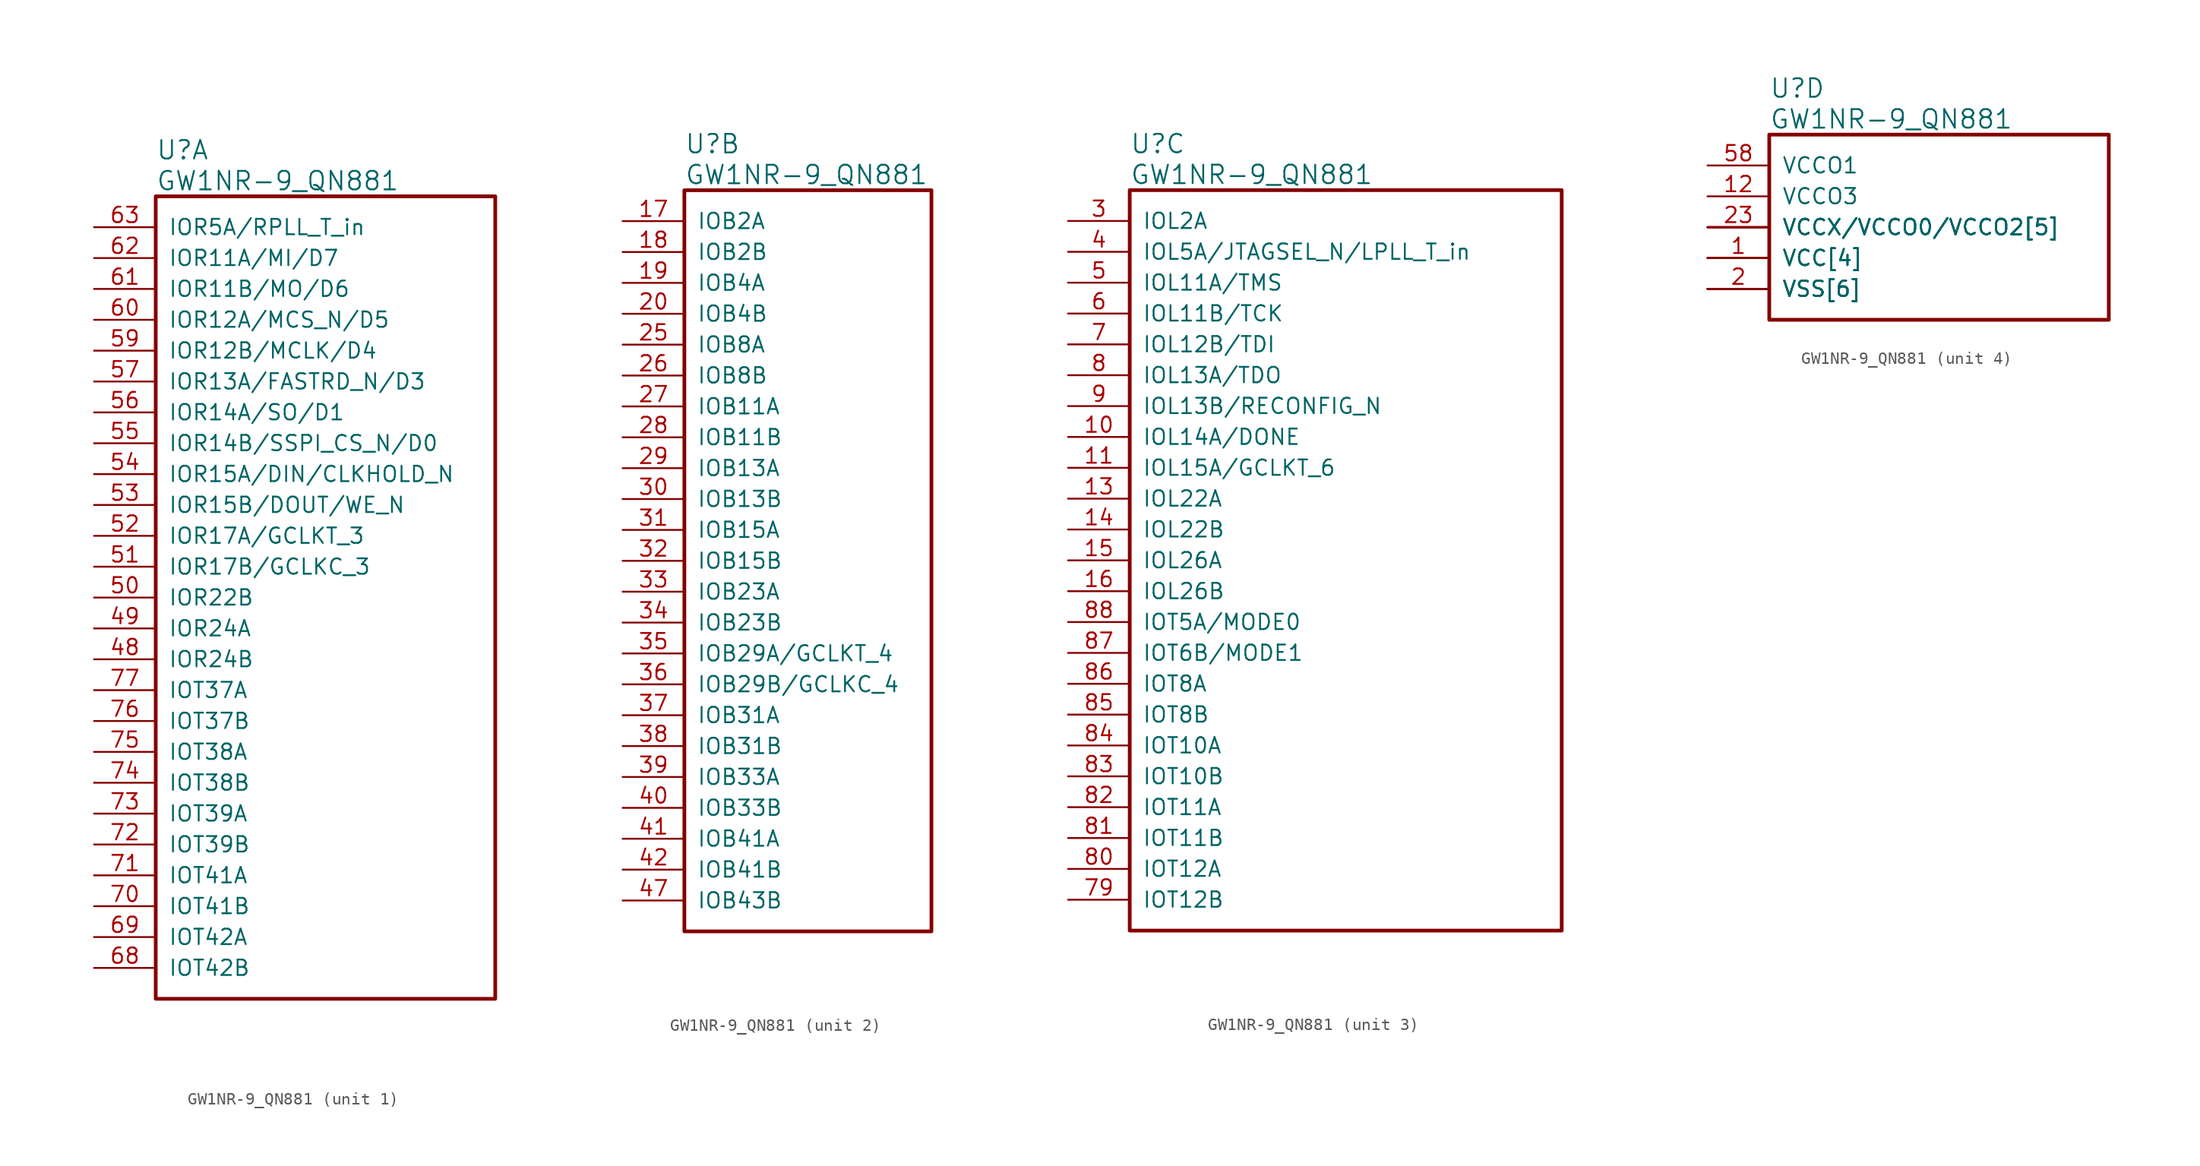
<source format=kicad_sym>
(kicad_symbol_lib
  (version 20220914)
  (generator kicad_symbol_editor)
  (symbol "GW1NR-9_QN881"
    (pin_names
      (offset 1.016))
    (property "Reference" "U"
      (at 5.08 6.35 0)
      (effects (font (size 1.524 1.524)) (justify left)))
    (property "Value" "GW1NR-9_QN881"
      (at 5.08 3.81 0)
      (effects (font (size 1.524 1.524)) (justify left)))
    (property "ki_locked" ""
      (at 0 0 0)
      (effects (font (size 1.27 1.27))))
    (symbol "GW1NR-9_QN881_1_1"
      (rectangle (start 5.08 2.54) (end 33.02 -63.5) (stroke (width 0.305) (type solid)) (fill (type none)))
      (pin bidirectional line (at 0 -35.56 0) (length 5.08) (name "IOR24B" (effects (font (size 1.27 1.27)))) (number "48" (effects (font (size 1.27 1.27)))))
      (pin bidirectional line (at 0 -33.02 0) (length 5.08) (name "IOR24A" (effects (font (size 1.27 1.27)))) (number "49" (effects (font (size 1.27 1.27)))))
      (pin bidirectional line (at 0 -30.48 0) (length 5.08) (name "IOR22B" (effects (font (size 1.27 1.27)))) (number "50" (effects (font (size 1.27 1.27)))))
      (pin bidirectional line (at 0 -27.94 0) (length 5.08) (name "IOR17B/GCLKC_3" (effects (font (size 1.27 1.27)))) (number "51" (effects (font (size 1.27 1.27)))))
      (pin bidirectional line (at 0 -25.4 0) (length 5.08) (name "IOR17A/GCLKT_3" (effects (font (size 1.27 1.27)))) (number "52" (effects (font (size 1.27 1.27)))))
      (pin bidirectional line (at 0 -22.86 0) (length 5.08) (name "IOR15B/DOUT/WE_N" (effects (font (size 1.27 1.27)))) (number "53" (effects (font (size 1.27 1.27)))))
      (pin bidirectional line (at 0 -20.32 0) (length 5.08) (name "IOR15A/DIN/CLKHOLD_N" (effects (font (size 1.27 1.27)))) (number "54" (effects (font (size 1.27 1.27)))))
      (pin bidirectional line (at 0 -17.78 0) (length 5.08) (name "IOR14B/SSPI_CS_N/D0" (effects (font (size 1.27 1.27)))) (number "55" (effects (font (size 1.27 1.27)))))
      (pin bidirectional line (at 0 -15.24 0) (length 5.08) (name "IOR14A/SO/D1" (effects (font (size 1.27 1.27)))) (number "56" (effects (font (size 1.27 1.27)))))
      (pin bidirectional line (at 0 -12.7 0) (length 5.08) (name "IOR13A/FASTRD_N/D3" (effects (font (size 1.27 1.27)))) (number "57" (effects (font (size 1.27 1.27)))))
      (pin bidirectional line (at 0 -10.16 0) (length 5.08) (name "IOR12B/MCLK/D4" (effects (font (size 1.27 1.27)))) (number "59" (effects (font (size 1.27 1.27)))))
      (pin bidirectional line (at 0 -7.62 0) (length 5.08) (name "IOR12A/MCS_N/D5" (effects (font (size 1.27 1.27)))) (number "60" (effects (font (size 1.27 1.27)))))
      (pin bidirectional line (at 0 -5.08 0) (length 5.08) (name "IOR11B/MO/D6" (effects (font (size 1.27 1.27)))) (number "61" (effects (font (size 1.27 1.27)))))
      (pin bidirectional line (at 0 -2.54 0) (length 5.08) (name "IOR11A/MI/D7" (effects (font (size 1.27 1.27)))) (number "62" (effects (font (size 1.27 1.27)))))
      (pin bidirectional line (at 0 0 0) (length 5.08) (name "IOR5A/RPLL_T_in" (effects (font (size 1.27 1.27)))) (number "63" (effects (font (size 1.27 1.27)))))
      (pin bidirectional line (at 0 -60.96 0) (length 5.08) (name "IOT42B" (effects (font (size 1.27 1.27)))) (number "68" (effects (font (size 1.27 1.27)))))
      (pin bidirectional line (at 0 -58.42 0) (length 5.08) (name "IOT42A" (effects (font (size 1.27 1.27)))) (number "69" (effects (font (size 1.27 1.27)))))
      (pin bidirectional line (at 0 -55.88 0) (length 5.08) (name "IOT41B" (effects (font (size 1.27 1.27)))) (number "70" (effects (font (size 1.27 1.27)))))
      (pin bidirectional line (at 0 -53.34 0) (length 5.08) (name "IOT41A" (effects (font (size 1.27 1.27)))) (number "71" (effects (font (size 1.27 1.27)))))
      (pin bidirectional line (at 0 -50.8 0) (length 5.08) (name "IOT39B" (effects (font (size 1.27 1.27)))) (number "72" (effects (font (size 1.27 1.27)))))
      (pin bidirectional line (at 0 -48.26 0) (length 5.08) (name "IOT39A" (effects (font (size 1.27 1.27)))) (number "73" (effects (font (size 1.27 1.27)))))
      (pin bidirectional line (at 0 -45.72 0) (length 5.08) (name "IOT38B" (effects (font (size 1.27 1.27)))) (number "74" (effects (font (size 1.27 1.27)))))
      (pin bidirectional line (at 0 -43.18 0) (length 5.08) (name "IOT38A" (effects (font (size 1.27 1.27)))) (number "75" (effects (font (size 1.27 1.27)))))
      (pin bidirectional line (at 0 -40.64 0) (length 5.08) (name "IOT37B" (effects (font (size 1.27 1.27)))) (number "76" (effects (font (size 1.27 1.27)))))
      (pin bidirectional line (at 0 -38.1 0) (length 5.08) (name "IOT37A" (effects (font (size 1.27 1.27)))) (number "77" (effects (font (size 1.27 1.27))))))
    (symbol "GW1NR-9_QN881_2_1"
      (rectangle (start 5.08 2.54) (end 25.4 -58.42) (stroke (width 0.305) (type solid)) (fill (type none)))
      (pin bidirectional line (at 0 0 0) (length 5.08) (name "IOB2A" (effects (font (size 1.27 1.27)))) (number "17" (effects (font (size 1.27 1.27)))))
      (pin bidirectional line (at 0 -2.54 0) (length 5.08) (name "IOB2B" (effects (font (size 1.27 1.27)))) (number "18" (effects (font (size 1.27 1.27)))))
      (pin bidirectional line (at 0 -5.08 0) (length 5.08) (name "IOB4A" (effects (font (size 1.27 1.27)))) (number "19" (effects (font (size 1.27 1.27)))))
      (pin bidirectional line (at 0 -7.62 0) (length 5.08) (name "IOB4B" (effects (font (size 1.27 1.27)))) (number "20" (effects (font (size 1.27 1.27)))))
      (pin bidirectional line (at 0 -10.16 0) (length 5.08) (name "IOB8A" (effects (font (size 1.27 1.27)))) (number "25" (effects (font (size 1.27 1.27)))))
      (pin bidirectional line (at 0 -12.7 0) (length 5.08) (name "IOB8B" (effects (font (size 1.27 1.27)))) (number "26" (effects (font (size 1.27 1.27)))))
      (pin bidirectional line (at 0 -15.24 0) (length 5.08) (name "IOB11A" (effects (font (size 1.27 1.27)))) (number "27" (effects (font (size 1.27 1.27)))))
      (pin bidirectional line (at 0 -17.78 0) (length 5.08) (name "IOB11B" (effects (font (size 1.27 1.27)))) (number "28" (effects (font (size 1.27 1.27)))))
      (pin bidirectional line (at 0 -20.32 0) (length 5.08) (name "IOB13A" (effects (font (size 1.27 1.27)))) (number "29" (effects (font (size 1.27 1.27)))))
      (pin bidirectional line (at 0 -22.86 0) (length 5.08) (name "IOB13B" (effects (font (size 1.27 1.27)))) (number "30" (effects (font (size 1.27 1.27)))))
      (pin bidirectional line (at 0 -25.4 0) (length 5.08) (name "IOB15A" (effects (font (size 1.27 1.27)))) (number "31" (effects (font (size 1.27 1.27)))))
      (pin bidirectional line (at 0 -27.94 0) (length 5.08) (name "IOB15B" (effects (font (size 1.27 1.27)))) (number "32" (effects (font (size 1.27 1.27)))))
      (pin bidirectional line (at 0 -30.48 0) (length 5.08) (name "IOB23A" (effects (font (size 1.27 1.27)))) (number "33" (effects (font (size 1.27 1.27)))))
      (pin bidirectional line (at 0 -33.02 0) (length 5.08) (name "IOB23B" (effects (font (size 1.27 1.27)))) (number "34" (effects (font (size 1.27 1.27)))))
      (pin bidirectional line (at 0 -35.56 0) (length 5.08) (name "IOB29A/GCLKT_4" (effects (font (size 1.27 1.27)))) (number "35" (effects (font (size 1.27 1.27)))))
      (pin bidirectional line (at 0 -38.1 0) (length 5.08) (name "IOB29B/GCLKC_4" (effects (font (size 1.27 1.27)))) (number "36" (effects (font (size 1.27 1.27)))))
      (pin bidirectional line (at 0 -40.64 0) (length 5.08) (name "IOB31A" (effects (font (size 1.27 1.27)))) (number "37" (effects (font (size 1.27 1.27)))))
      (pin bidirectional line (at 0 -43.18 0) (length 5.08) (name "IOB31B" (effects (font (size 1.27 1.27)))) (number "38" (effects (font (size 1.27 1.27)))))
      (pin bidirectional line (at 0 -45.72 0) (length 5.08) (name "IOB33A" (effects (font (size 1.27 1.27)))) (number "39" (effects (font (size 1.27 1.27)))))
      (pin bidirectional line (at 0 -48.26 0) (length 5.08) (name "IOB33B" (effects (font (size 1.27 1.27)))) (number "40" (effects (font (size 1.27 1.27)))))
      (pin bidirectional line (at 0 -50.8 0) (length 5.08) (name "IOB41A" (effects (font (size 1.27 1.27)))) (number "41" (effects (font (size 1.27 1.27)))))
      (pin bidirectional line (at 0 -53.34 0) (length 5.08) (name "IOB41B" (effects (font (size 1.27 1.27)))) (number "42" (effects (font (size 1.27 1.27)))))
      (pin bidirectional line (at 0 -55.88 0) (length 5.08) (name "IOB43B" (effects (font (size 1.27 1.27)))) (number "47" (effects (font (size 1.27 1.27))))))
    (symbol "GW1NR-9_QN881_3_1"
      (rectangle (start 5.08 2.54) (end 40.64 -58.42) (stroke (width 0.305) (type solid)) (fill (type none)))
      (pin bidirectional line (at 0 -17.78 0) (length 5.08) (name "IOL14A/DONE" (effects (font (size 1.27 1.27)))) (number "10" (effects (font (size 1.27 1.27)))))
      (pin bidirectional line (at 0 -20.32 0) (length 5.08) (name "IOL15A/GCLKT_6" (effects (font (size 1.27 1.27)))) (number "11" (effects (font (size 1.27 1.27)))))
      (pin bidirectional line (at 0 -22.86 0) (length 5.08) (name "IOL22A" (effects (font (size 1.27 1.27)))) (number "13" (effects (font (size 1.27 1.27)))))
      (pin bidirectional line (at 0 -25.4 0) (length 5.08) (name "IOL22B" (effects (font (size 1.27 1.27)))) (number "14" (effects (font (size 1.27 1.27)))))
      (pin bidirectional line (at 0 -27.94 0) (length 5.08) (name "IOL26A" (effects (font (size 1.27 1.27)))) (number "15" (effects (font (size 1.27 1.27)))))
      (pin bidirectional line (at 0 -30.48 0) (length 5.08) (name "IOL26B" (effects (font (size 1.27 1.27)))) (number "16" (effects (font (size 1.27 1.27)))))
      (pin bidirectional line (at 0 0 0) (length 5.08) (name "IOL2A" (effects (font (size 1.27 1.27)))) (number "3" (effects (font (size 1.27 1.27)))))
      (pin bidirectional line (at 0 -2.54 0) (length 5.08) (name "IOL5A/JTAGSEL_N/LPLL_T_in" (effects (font (size 1.27 1.27)))) (number "4" (effects (font (size 1.27 1.27)))))
      (pin bidirectional line (at 0 -5.08 0) (length 5.08) (name "IOL11A/TMS" (effects (font (size 1.27 1.27)))) (number "5" (effects (font (size 1.27 1.27)))))
      (pin bidirectional line (at 0 -7.62 0) (length 5.08) (name "IOL11B/TCK" (effects (font (size 1.27 1.27)))) (number "6" (effects (font (size 1.27 1.27)))))
      (pin bidirectional line (at 0 -10.16 0) (length 5.08) (name "IOL12B/TDI" (effects (font (size 1.27 1.27)))) (number "7" (effects (font (size 1.27 1.27)))))
      (pin bidirectional line (at 0 -55.88 0) (length 5.08) (name "IOT12B" (effects (font (size 1.27 1.27)))) (number "79" (effects (font (size 1.27 1.27)))))
      (pin bidirectional line (at 0 -12.7 0) (length 5.08) (name "IOL13A/TDO" (effects (font (size 1.27 1.27)))) (number "8" (effects (font (size 1.27 1.27)))))
      (pin bidirectional line (at 0 -53.34 0) (length 5.08) (name "IOT12A" (effects (font (size 1.27 1.27)))) (number "80" (effects (font (size 1.27 1.27)))))
      (pin bidirectional line (at 0 -50.8 0) (length 5.08) (name "IOT11B" (effects (font (size 1.27 1.27)))) (number "81" (effects (font (size 1.27 1.27)))))
      (pin bidirectional line (at 0 -48.26 0) (length 5.08) (name "IOT11A" (effects (font (size 1.27 1.27)))) (number "82" (effects (font (size 1.27 1.27)))))
      (pin bidirectional line (at 0 -45.72 0) (length 5.08) (name "IOT10B" (effects (font (size 1.27 1.27)))) (number "83" (effects (font (size 1.27 1.27)))))
      (pin bidirectional line (at 0 -43.18 0) (length 5.08) (name "IOT10A" (effects (font (size 1.27 1.27)))) (number "84" (effects (font (size 1.27 1.27)))))
      (pin bidirectional line (at 0 -40.64 0) (length 5.08) (name "IOT8B" (effects (font (size 1.27 1.27)))) (number "85" (effects (font (size 1.27 1.27)))))
      (pin bidirectional line (at 0 -38.1 0) (length 5.08) (name "IOT8A" (effects (font (size 1.27 1.27)))) (number "86" (effects (font (size 1.27 1.27)))))
      (pin bidirectional line (at 0 -35.56 0) (length 5.08) (name "IOT6B/MODE1" (effects (font (size 1.27 1.27)))) (number "87" (effects (font (size 1.27 1.27)))))
      (pin bidirectional line (at 0 -33.02 0) (length 5.08) (name "IOT5A/MODE0" (effects (font (size 1.27 1.27)))) (number "88" (effects (font (size 1.27 1.27)))))
      (pin bidirectional line (at 0 -15.24 0) (length 5.08) (name "IOL13B/RECONFIG_N" (effects (font (size 1.27 1.27)))) (number "9" (effects (font (size 1.27 1.27))))))
    (symbol "GW1NR-9_QN881_4_1"
      (rectangle (start 5.08 2.54) (end 33.02 -12.7) (stroke (width 0.305) (type solid)) (fill (type none)))
      (pin power_in line (at 0 -7.62 0) (length 5.08) (name "VCC[4]" (effects (font (size 1.27 1.27)))) (number "1" (effects (font (size 1.27 1.27)))))
      (pin power_in line (at 0 -2.54 0) (length 5.08) (name "VCCO3" (effects (font (size 1.27 1.27)))) (number "12" (effects (font (size 1.27 1.27)))))
      (pin power_in line (at 0 -10.16 0) (length 5.08) (name "VSS[6]" (effects (font (size 1.27 1.27)))) (number "2" (effects (font (size 1.27 1.27)))))
      (pin power_in line (at 0 -10.16 0) (length 5.08) (name "VSS[6]" (effects (font (size 1.27 1.27)))) (number "21" (effects (font (size 0 0)))))
      (pin power_in line (at 0 -7.62 0) (length 5.08) (name "VCC[4]" (effects (font (size 1.27 1.27)))) (number "22" (effects (font (size 0 0)))))
      (pin power_in line (at 0 -5.08 0) (length 5.08) (name "VCCX/VCCO0/VCCO2[5]" (effects (font (size 1.27 1.27)))) (number "23" (effects (font (size 1.27 1.27)))))
      (pin power_in line (at 0 -10.16 0) (length 5.08) (name "VSS[6]" (effects (font (size 1.27 1.27)))) (number "24" (effects (font (size 0 0)))))
      (pin power_in line (at 0 -10.16 0) (length 5.08) (name "VSS[6]" (effects (font (size 1.27 1.27)))) (number "43" (effects (font (size 0 0)))))
      (pin power_in line (at 0 -5.08 0) (length 5.08) (name "VCCX/VCCO0/VCCO2[5]" (effects (font (size 1.27 1.27)))) (number "44" (effects (font (size 0 0)))))
      (pin power_in line (at 0 -7.62 0) (length 5.08) (name "VCC[4]" (effects (font (size 1.27 1.27)))) (number "45" (effects (font (size 0 0)))))
      (pin power_in line (at 0 -10.16 0) (length 5.08) (name "VSS[6]" (effects (font (size 1.27 1.27)))) (number "46" (effects (font (size 0 0)))))
      (pin power_in line (at 0 0 0) (length 5.08) (name "VCCO1" (effects (font (size 1.27 1.27)))) (number "58" (effects (font (size 1.27 1.27)))))
      (pin power_in line (at 0 -5.08 0) (length 5.08) (name "VCCX/VCCO0/VCCO2[5]" (effects (font (size 1.27 1.27)))) (number "64" (effects (font (size 0 0)))))
      (pin power_in line (at 0 -10.16 0) (length 5.08) (name "VSS[6]" (effects (font (size 1.27 1.27)))) (number "65" (effects (font (size 0 0)))))
      (pin power_in line (at 0 -7.62 0) (length 5.08) (name "VCC[4]" (effects (font (size 1.27 1.27)))) (number "66" (effects (font (size 0 0)))))
      (pin power_in line (at 0 -5.08 0) (length 5.08) (name "VCCX/VCCO0/VCCO2[5]" (effects (font (size 1.27 1.27)))) (number "67" (effects (font (size 0 0)))))
      (pin power_in line (at 0 -5.08 0) (length 5.08) (name "VCCX/VCCO0/VCCO2[5]" (effects (font (size 1.27 1.27)))) (number "78" (effects (font (size 0 0))))))))
</source>
